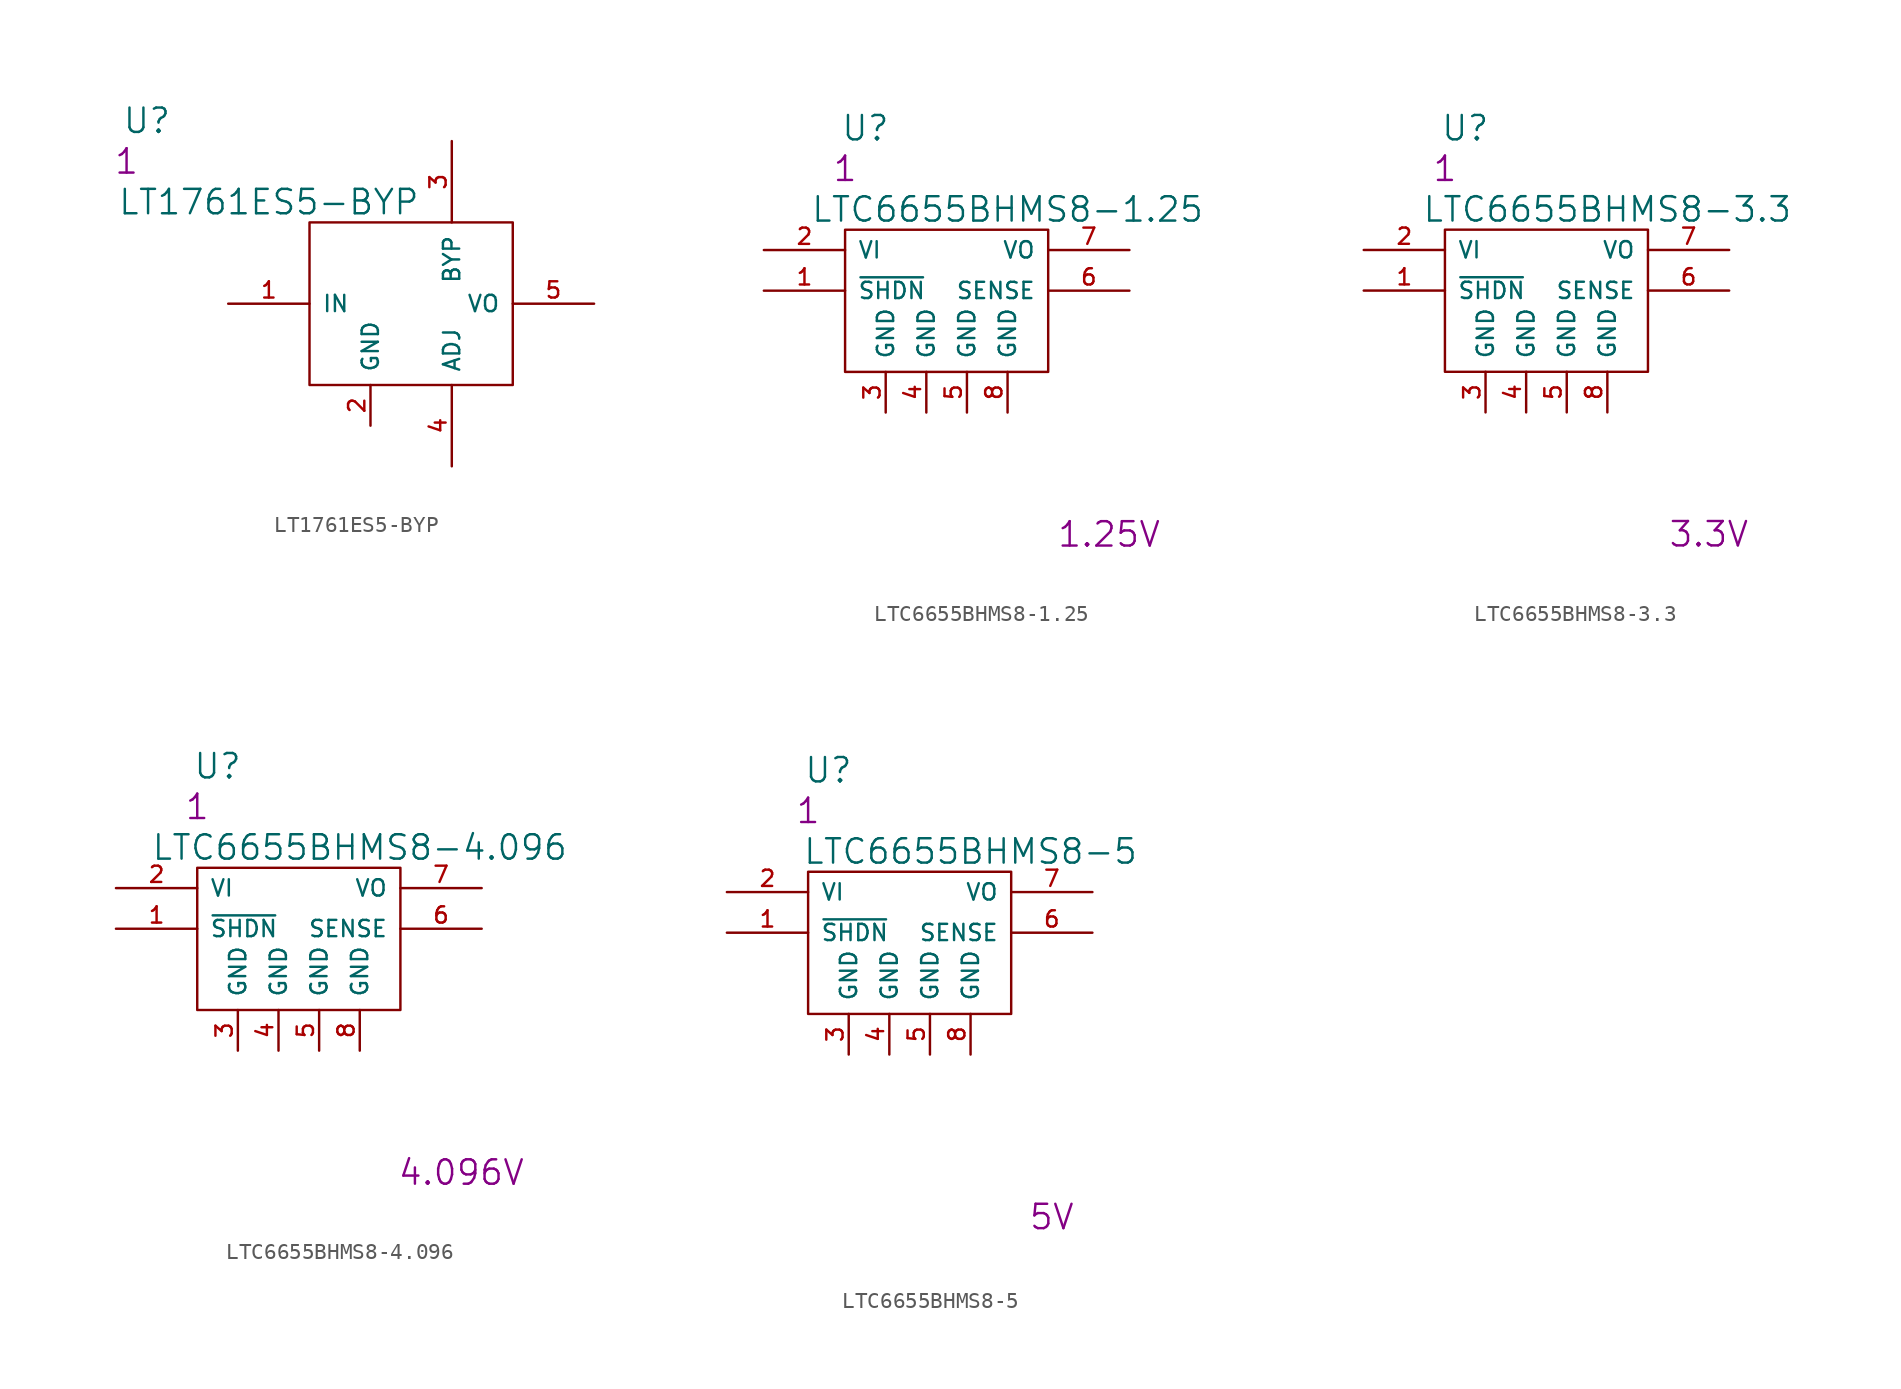
<source format=kicad_sym>
(kicad_symbol_lib
  (version 20201005)
  (generator kicad_symbol_editor)
  (symbol "S_Voltage_Reference:LT1761ES5-BYP"
    (pin_names
      (offset 0.762))
    (property "Reference" "U"
      (at -5.08 11.43 0)
      (effects (font (size 1.524 1.524))))
    (property "Value" "LT1761ES5-BYP"
      (at 2.54 6.35 0)
      (effects (font (size 1.524 1.524))))
    (property "Qty" "1"
      (at -6.35 8.89 0)
      (effects (font (size 1.524 1.524))))
    (symbol "LT1761ES5-BYP_0_1"
      (rectangle (start 5.08 -5.08) (end 17.78 5.08) (stroke (width 0)) (fill (type none))))
    (symbol "LT1761ES5-BYP_1_1"
      (pin power_in line (at 0 0 0) (length 5.08) (name "IN" (effects (font (size 1.016 1.016)))) (number "1" (effects (font (size 1.016 1.016)))))
      (pin power_in line (at 8.89 -7.62 90) (length 2.54) (name "GND" (effects (font (size 1.016 1.016)))) (number "2" (effects (font (size 1.016 1.016)))))
      (pin input line (at 13.97 10.16 270) (length 5.08) (name "BYP" (effects (font (size 1.016 1.016)))) (number "3" (effects (font (size 1.016 1.016)))))
      (pin input line (at 13.97 -10.16 90) (length 5.08) (name "ADJ" (effects (font (size 1.016 1.016)))) (number "4" (effects (font (size 1.016 1.016)))))
      (pin power_out line (at 22.86 0 180) (length 5.08) (name "VO" (effects (font (size 1.016 1.016)))) (number "5" (effects (font (size 1.016 1.016)))))))
  (symbol "S_Voltage_Reference:LTC6655BHMS8-1.25"
    (pin_names
      (offset 0.762))
    (property "Reference" "U"
      (at 6.35 7.62 0)
      (effects (font (size 1.524 1.524))))
    (property "Value" "LTC6655BHMS8-1.25"
      (at 15.24 2.54 0)
      (effects (font (size 1.524 1.524))))
    (property "Qty" "1"
      (at 5.08 5.08 0)
      (effects (font (size 1.524 1.524))))
    (property "Desc1" "1.25V"
      (at 21.59 -17.78 0)
      (effects (font (size 1.524 1.524))))
    (symbol "LTC6655BHMS8-1.25_0_1"
      (rectangle (start 5.08 -7.62) (end 17.78 1.27) (stroke (width 0)) (fill (type none))))
    (symbol "LTC6655BHMS8-1.25_1_1"
      (pin input line (at 0 -2.54 0) (length 5.08) (name "~SHDN" (effects (font (size 1.016 1.016)))) (number "1" (effects (font (size 1.016 1.016)))))
      (pin power_in line (at 0 0 0) (length 5.08) (name "VI" (effects (font (size 1.016 1.016)))) (number "2" (effects (font (size 1.016 1.016)))))
      (pin power_in line (at 7.62 -10.16 90) (length 2.54) (name "GND" (effects (font (size 1.016 1.016)))) (number "3" (effects (font (size 1.016 1.016)))))
      (pin power_in line (at 10.16 -10.16 90) (length 2.54) (name "GND" (effects (font (size 1.016 1.016)))) (number "4" (effects (font (size 1.016 1.016)))))
      (pin power_in line (at 12.7 -10.16 90) (length 2.54) (name "GND" (effects (font (size 1.016 1.016)))) (number "5" (effects (font (size 1.016 1.016)))))
      (pin input line (at 22.86 -2.54 180) (length 5.08) (name "SENSE" (effects (font (size 1.016 1.016)))) (number "6" (effects (font (size 1.016 1.016)))))
      (pin power_out line (at 22.86 0 180) (length 5.08) (name "VO" (effects (font (size 1.016 1.016)))) (number "7" (effects (font (size 1.016 1.016)))))
      (pin power_in line (at 15.24 -10.16 90) (length 2.54) (name "GND" (effects (font (size 1.016 1.016)))) (number "8" (effects (font (size 1.016 1.016)))))))
  (symbol "S_Voltage_Reference:LTC6655BHMS8-3.3"
    (pin_names
      (offset 0.762))
    (property "Reference" "U"
      (at 6.35 7.62 0)
      (effects (font (size 1.524 1.524))))
    (property "Value" "LTC6655BHMS8-3.3"
      (at 15.24 2.54 0)
      (effects (font (size 1.524 1.524))))
    (property "Qty" "1"
      (at 5.08 5.08 0)
      (effects (font (size 1.524 1.524))))
    (property "Desc1" "3.3V"
      (at 21.59 -17.78 0)
      (effects (font (size 1.524 1.524))))
    (symbol "LTC6655BHMS8-3.3_0_1"
      (rectangle (start 5.08 -7.62) (end 17.78 1.27) (stroke (width 0)) (fill (type none))))
    (symbol "LTC6655BHMS8-3.3_1_1"
      (pin input line (at 0 -2.54 0) (length 5.08) (name "~SHDN" (effects (font (size 1.016 1.016)))) (number "1" (effects (font (size 1.016 1.016)))))
      (pin power_in line (at 0 0 0) (length 5.08) (name "VI" (effects (font (size 1.016 1.016)))) (number "2" (effects (font (size 1.016 1.016)))))
      (pin power_in line (at 7.62 -10.16 90) (length 2.54) (name "GND" (effects (font (size 1.016 1.016)))) (number "3" (effects (font (size 1.016 1.016)))))
      (pin power_in line (at 10.16 -10.16 90) (length 2.54) (name "GND" (effects (font (size 1.016 1.016)))) (number "4" (effects (font (size 1.016 1.016)))))
      (pin power_in line (at 12.7 -10.16 90) (length 2.54) (name "GND" (effects (font (size 1.016 1.016)))) (number "5" (effects (font (size 1.016 1.016)))))
      (pin input line (at 22.86 -2.54 180) (length 5.08) (name "SENSE" (effects (font (size 1.016 1.016)))) (number "6" (effects (font (size 1.016 1.016)))))
      (pin power_out line (at 22.86 0 180) (length 5.08) (name "VO" (effects (font (size 1.016 1.016)))) (number "7" (effects (font (size 1.016 1.016)))))
      (pin power_in line (at 15.24 -10.16 90) (length 2.54) (name "GND" (effects (font (size 1.016 1.016)))) (number "8" (effects (font (size 1.016 1.016)))))))
  (symbol "S_Voltage_Reference:LTC6655BHMS8-4.096"
    (pin_names
      (offset 0.762))
    (property "Reference" "U"
      (at 6.35 7.62 0)
      (effects (font (size 1.524 1.524))))
    (property "Value" "LTC6655BHMS8-4.096"
      (at 15.24 2.54 0)
      (effects (font (size 1.524 1.524))))
    (property "Qty" "1"
      (at 5.08 5.08 0)
      (effects (font (size 1.524 1.524))))
    (property "Desc1" "4.096V"
      (at 21.59 -17.78 0)
      (effects (font (size 1.524 1.524))))
    (symbol "LTC6655BHMS8-4.096_0_1"
      (rectangle (start 5.08 -7.62) (end 17.78 1.27) (stroke (width 0)) (fill (type none))))
    (symbol "LTC6655BHMS8-4.096_1_1"
      (pin input line (at 0 -2.54 0) (length 5.08) (name "~SHDN" (effects (font (size 1.016 1.016)))) (number "1" (effects (font (size 1.016 1.016)))))
      (pin power_in line (at 0 0 0) (length 5.08) (name "VI" (effects (font (size 1.016 1.016)))) (number "2" (effects (font (size 1.016 1.016)))))
      (pin power_in line (at 7.62 -10.16 90) (length 2.54) (name "GND" (effects (font (size 1.016 1.016)))) (number "3" (effects (font (size 1.016 1.016)))))
      (pin power_in line (at 10.16 -10.16 90) (length 2.54) (name "GND" (effects (font (size 1.016 1.016)))) (number "4" (effects (font (size 1.016 1.016)))))
      (pin power_in line (at 12.7 -10.16 90) (length 2.54) (name "GND" (effects (font (size 1.016 1.016)))) (number "5" (effects (font (size 1.016 1.016)))))
      (pin input line (at 22.86 -2.54 180) (length 5.08) (name "SENSE" (effects (font (size 1.016 1.016)))) (number "6" (effects (font (size 1.016 1.016)))))
      (pin power_out line (at 22.86 0 180) (length 5.08) (name "VO" (effects (font (size 1.016 1.016)))) (number "7" (effects (font (size 1.016 1.016)))))
      (pin power_in line (at 15.24 -10.16 90) (length 2.54) (name "GND" (effects (font (size 1.016 1.016)))) (number "8" (effects (font (size 1.016 1.016)))))))
  (symbol "S_Voltage_Reference:LTC6655BHMS8-5"
    (pin_names
      (offset 0.762))
    (property "Reference" "U"
      (at 6.35 7.62 0)
      (effects (font (size 1.524 1.524))))
    (property "Value" "LTC6655BHMS8-5"
      (at 15.24 2.54 0)
      (effects (font (size 1.524 1.524))))
    (property "Qty" "1"
      (at 5.08 5.08 0)
      (effects (font (size 1.524 1.524))))
    (property "Desc1" "5V"
      (at 20.32 -20.32 0)
      (effects (font (size 1.524 1.524))))
    (symbol "LTC6655BHMS8-5_0_1"
      (rectangle (start 5.08 -7.62) (end 17.78 1.27) (stroke (width 0)) (fill (type none))))
    (symbol "LTC6655BHMS8-5_1_1"
      (pin input line (at 0 -2.54 0) (length 5.08) (name "~SHDN" (effects (font (size 1.016 1.016)))) (number "1" (effects (font (size 1.016 1.016)))))
      (pin power_in line (at 0 0 0) (length 5.08) (name "VI" (effects (font (size 1.016 1.016)))) (number "2" (effects (font (size 1.016 1.016)))))
      (pin power_in line (at 7.62 -10.16 90) (length 2.54) (name "GND" (effects (font (size 1.016 1.016)))) (number "3" (effects (font (size 1.016 1.016)))))
      (pin power_in line (at 10.16 -10.16 90) (length 2.54) (name "GND" (effects (font (size 1.016 1.016)))) (number "4" (effects (font (size 1.016 1.016)))))
      (pin power_in line (at 12.7 -10.16 90) (length 2.54) (name "GND" (effects (font (size 1.016 1.016)))) (number "5" (effects (font (size 1.016 1.016)))))
      (pin input line (at 22.86 -2.54 180) (length 5.08) (name "SENSE" (effects (font (size 1.016 1.016)))) (number "6" (effects (font (size 1.016 1.016)))))
      (pin power_out line (at 22.86 0 180) (length 5.08) (name "VO" (effects (font (size 1.016 1.016)))) (number "7" (effects (font (size 1.016 1.016)))))
      (pin power_in line (at 15.24 -10.16 90) (length 2.54) (name "GND" (effects (font (size 1.016 1.016)))) (number "8" (effects (font (size 1.016 1.016))))))))
</source>
